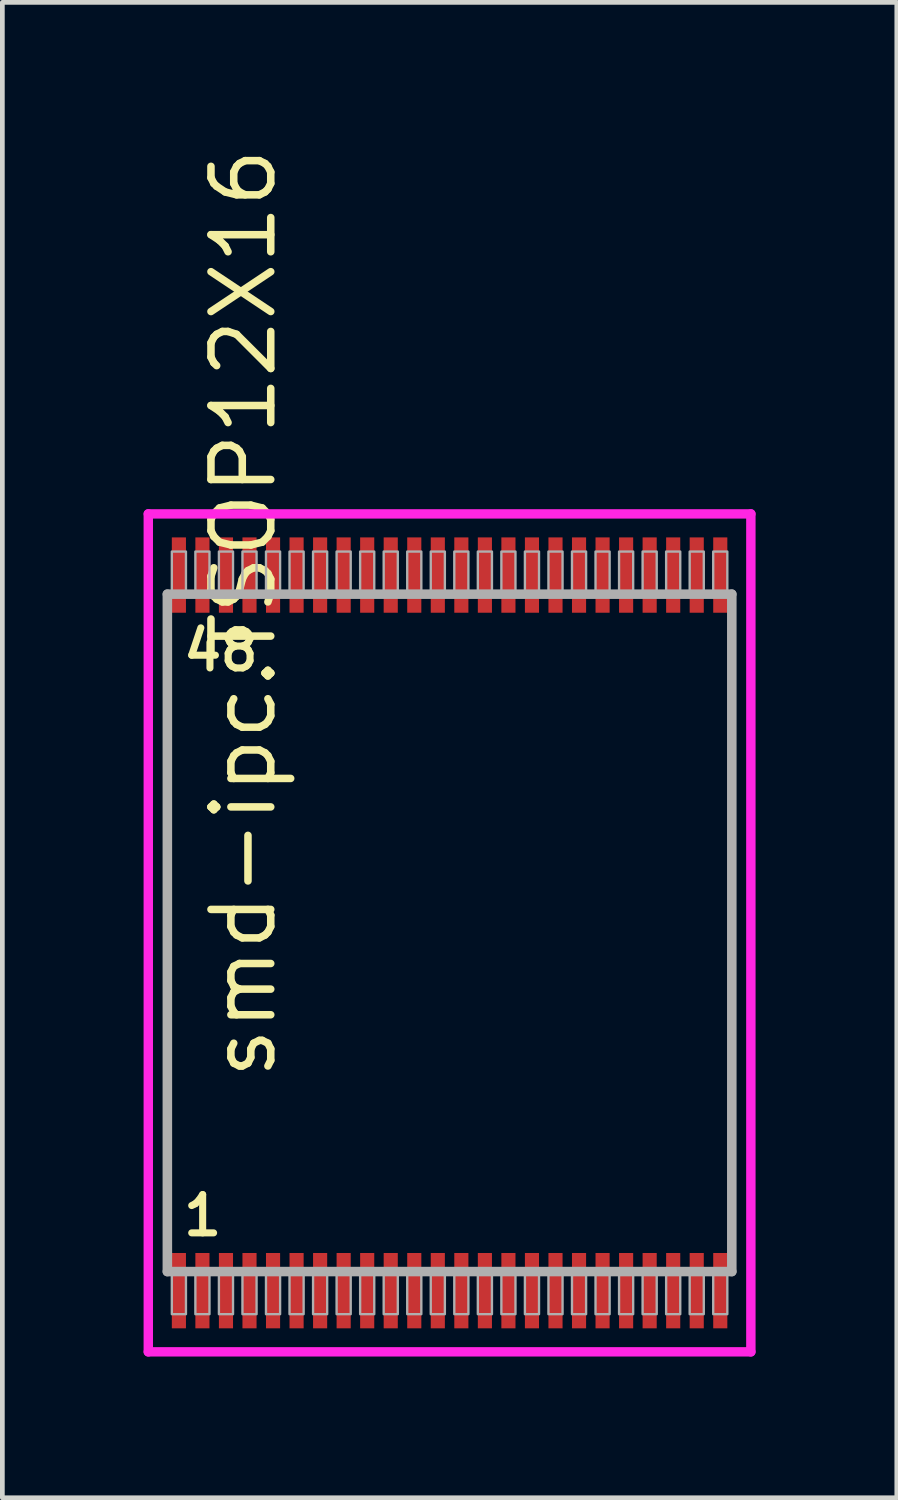
<source format=kicad_pcb>
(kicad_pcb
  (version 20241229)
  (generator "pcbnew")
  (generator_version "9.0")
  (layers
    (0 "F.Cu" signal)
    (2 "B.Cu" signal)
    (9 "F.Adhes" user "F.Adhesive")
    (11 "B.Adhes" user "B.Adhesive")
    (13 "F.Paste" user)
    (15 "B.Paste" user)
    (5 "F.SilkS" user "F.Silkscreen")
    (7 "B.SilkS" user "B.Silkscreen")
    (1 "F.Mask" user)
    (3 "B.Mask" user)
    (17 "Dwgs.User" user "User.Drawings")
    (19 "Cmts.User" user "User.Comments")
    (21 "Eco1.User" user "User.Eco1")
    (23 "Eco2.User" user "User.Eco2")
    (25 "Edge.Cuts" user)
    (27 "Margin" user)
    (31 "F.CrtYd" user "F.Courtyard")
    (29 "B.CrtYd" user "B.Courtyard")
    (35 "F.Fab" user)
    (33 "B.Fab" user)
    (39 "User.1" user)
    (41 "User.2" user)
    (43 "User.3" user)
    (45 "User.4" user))
  (footprint "smd-ipc.TSOP12X16"
    (layer "F.Cu")
    (at 6.5 16.766)
    (property "Reference" "smd-ipc.TSOP12X16" (at -3.635 3.175 90) (layer "F.SilkS") (effects (font (size 1.27 1.27) (thickness 0.16)) (justify left bottom)))
    (attr smd)
    (fp_line (start -6.4 -8.9) (end 6.4 -8.9) (stroke (width 0.2) (type default)) (layer "F.CrtYd"))
    (fp_line (start -6.4 8.9) (end -6.4 -8.9) (stroke (width 0.2) (type default)) (layer "F.CrtYd"))
    (fp_line (start 6.4 -8.9) (end 6.4 8.9) (stroke (width 0.2) (type default)) (layer "F.CrtYd"))
    (fp_line (start 6.4 8.9) (end -6.4 8.9) (stroke (width 0.2) (type default)) (layer "F.CrtYd"))
    (fp_line (start -5.995 -7.195) (end 5.995 -7.195) (stroke (width 0.203) (type default)) (layer "F.Fab"))
    (fp_line (start -5.995 7.195) (end -5.995 -7.195) (stroke (width 0.203) (type default)) (layer "F.Fab"))
    (fp_line (start 5.995 -7.195) (end 5.995 7.195) (stroke (width 0.203) (type default)) (layer "F.Fab"))
    (fp_line (start 5.995 7.195) (end -5.995 7.195) (stroke (width 0.203) (type default)) (layer "F.Fab"))
    (fp_rect (start -5.9 -7.25) (end -5.6 -8.1) (stroke (width 0.05) (type default)) (fill no) (layer "F.Fab"))
    (fp_rect (start -5.9 8.1) (end -5.6 7.25) (stroke (width 0.05) (type default)) (fill no) (layer "F.Fab"))
    (fp_rect (start -5.4 -7.25) (end -5.1 -8.1) (stroke (width 0.05) (type default)) (fill no) (layer "F.Fab"))
    (fp_rect (start -5.4 8.1) (end -5.1 7.25) (stroke (width 0.05) (type default)) (fill no) (layer "F.Fab"))
    (fp_rect (start -4.9 -7.25) (end -4.6 -8.1) (stroke (width 0.05) (type default)) (fill no) (layer "F.Fab"))
    (fp_rect (start -4.9 8.1) (end -4.6 7.25) (stroke (width 0.05) (type default)) (fill no) (layer "F.Fab"))
    (fp_rect (start -4.4 -7.25) (end -4.1 -8.1) (stroke (width 0.05) (type default)) (fill no) (layer "F.Fab"))
    (fp_rect (start -4.4 8.1) (end -4.1 7.25) (stroke (width 0.05) (type default)) (fill no) (layer "F.Fab"))
    (fp_rect (start -3.9 -7.25) (end -3.6 -8.1) (stroke (width 0.05) (type default)) (fill no) (layer "F.Fab"))
    (fp_rect (start -3.9 8.1) (end -3.6 7.25) (stroke (width 0.05) (type default)) (fill no) (layer "F.Fab"))
    (fp_rect (start -3.4 -7.25) (end -3.1 -8.1) (stroke (width 0.05) (type default)) (fill no) (layer "F.Fab"))
    (fp_rect (start -3.4 8.1) (end -3.1 7.25) (stroke (width 0.05) (type default)) (fill no) (layer "F.Fab"))
    (fp_rect (start -2.9 -7.25) (end -2.6 -8.1) (stroke (width 0.05) (type default)) (fill no) (layer "F.Fab"))
    (fp_rect (start -2.9 8.1) (end -2.6 7.25) (stroke (width 0.05) (type default)) (fill no) (layer "F.Fab"))
    (fp_rect (start -2.4 -7.25) (end -2.1 -8.1) (stroke (width 0.05) (type default)) (fill no) (layer "F.Fab"))
    (fp_rect (start -2.4 8.1) (end -2.1 7.25) (stroke (width 0.05) (type default)) (fill no) (layer "F.Fab"))
    (fp_rect (start -1.9 -7.25) (end -1.6 -8.1) (stroke (width 0.05) (type default)) (fill no) (layer "F.Fab"))
    (fp_rect (start -1.9 8.1) (end -1.6 7.25) (stroke (width 0.05) (type default)) (fill no) (layer "F.Fab"))
    (fp_rect (start -1.4 -7.25) (end -1.1 -8.1) (stroke (width 0.05) (type default)) (fill no) (layer "F.Fab"))
    (fp_rect (start -1.4 8.1) (end -1.1 7.25) (stroke (width 0.05) (type default)) (fill no) (layer "F.Fab"))
    (fp_rect (start -0.9 -7.25) (end -0.6 -8.1) (stroke (width 0.05) (type default)) (fill no) (layer "F.Fab"))
    (fp_rect (start -0.9 8.1) (end -0.6 7.25) (stroke (width 0.05) (type default)) (fill no) (layer "F.Fab"))
    (fp_rect (start -0.4 -7.25) (end -0.1 -8.1) (stroke (width 0.05) (type default)) (fill no) (layer "F.Fab"))
    (fp_rect (start -0.4 8.1) (end -0.1 7.25) (stroke (width 0.05) (type default)) (fill no) (layer "F.Fab"))
    (fp_rect (start 0.1 -7.25) (end 0.4 -8.1) (stroke (width 0.05) (type default)) (fill no) (layer "F.Fab"))
    (fp_rect (start 0.1 8.1) (end 0.4 7.25) (stroke (width 0.05) (type default)) (fill no) (layer "F.Fab"))
    (fp_rect (start 0.6 -7.25) (end 0.9 -8.1) (stroke (width 0.05) (type default)) (fill no) (layer "F.Fab"))
    (fp_rect (start 0.6 8.1) (end 0.9 7.25) (stroke (width 0.05) (type default)) (fill no) (layer "F.Fab"))
    (fp_rect (start 1.1 -7.25) (end 1.4 -8.1) (stroke (width 0.05) (type default)) (fill no) (layer "F.Fab"))
    (fp_rect (start 1.1 8.1) (end 1.4 7.25) (stroke (width 0.05) (type default)) (fill no) (layer "F.Fab"))
    (fp_rect (start 1.6 -7.25) (end 1.9 -8.1) (stroke (width 0.05) (type default)) (fill no) (layer "F.Fab"))
    (fp_rect (start 1.6 8.1) (end 1.9 7.25) (stroke (width 0.05) (type default)) (fill no) (layer "F.Fab"))
    (fp_rect (start 2.1 -7.25) (end 2.4 -8.1) (stroke (width 0.05) (type default)) (fill no) (layer "F.Fab"))
    (fp_rect (start 2.1 8.1) (end 2.4 7.25) (stroke (width 0.05) (type default)) (fill no) (layer "F.Fab"))
    (fp_rect (start 2.6 -7.25) (end 2.9 -8.1) (stroke (width 0.05) (type default)) (fill no) (layer "F.Fab"))
    (fp_rect (start 2.6 8.1) (end 2.9 7.25) (stroke (width 0.05) (type default)) (fill no) (layer "F.Fab"))
    (fp_rect (start 3.1 -7.25) (end 3.4 -8.1) (stroke (width 0.05) (type default)) (fill no) (layer "F.Fab"))
    (fp_rect (start 3.1 8.1) (end 3.4 7.25) (stroke (width 0.05) (type default)) (fill no) (layer "F.Fab"))
    (fp_rect (start 3.6 -7.25) (end 3.9 -8.1) (stroke (width 0.05) (type default)) (fill no) (layer "F.Fab"))
    (fp_rect (start 3.6 8.1) (end 3.9 7.25) (stroke (width 0.05) (type default)) (fill no) (layer "F.Fab"))
    (fp_rect (start 4.1 -7.25) (end 4.4 -8.1) (stroke (width 0.05) (type default)) (fill no) (layer "F.Fab"))
    (fp_rect (start 4.1 8.1) (end 4.4 7.25) (stroke (width 0.05) (type default)) (fill no) (layer "F.Fab"))
    (fp_rect (start 4.6 -7.25) (end 4.9 -8.1) (stroke (width 0.05) (type default)) (fill no) (layer "F.Fab"))
    (fp_rect (start 4.6 8.1) (end 4.9 7.25) (stroke (width 0.05) (type default)) (fill no) (layer "F.Fab"))
    (fp_rect (start 5.1 -7.25) (end 5.4 -8.1) (stroke (width 0.05) (type default)) (fill no) (layer "F.Fab"))
    (fp_rect (start 5.1 8.1) (end 5.4 7.25) (stroke (width 0.05) (type default)) (fill no) (layer "F.Fab"))
    (fp_rect (start 5.6 -7.25) (end 5.9 -8.1) (stroke (width 0.05) (type default)) (fill no) (layer "F.Fab"))
    (fp_rect (start 5.6 8.1) (end 5.9 7.25) (stroke (width 0.05) (type default)) (fill no) (layer "F.Fab"))
    (fp_text user "1" (at -5.731 6.48 0) (layer "F.SilkS") (effects (font (size 0.813 0.813) (thickness 0.15)) (justify left bottom)))
    (fp_text user "48" (at -5.731 -5.52 0) (layer "F.SilkS") (effects (font (size 0.813 0.813) (thickness 0.15)) (justify left bottom)))
    (pad "1" smd roundrect (at -5.75 7.6) (size 0.3 1.6) (layers "F.Cu" "F.Mask" "F.Paste") (roundrect_rratio 0.01))
    (pad "2" smd roundrect (at -5.25 7.6) (size 0.3 1.6) (layers "F.Cu" "F.Mask" "F.Paste") (roundrect_rratio 0.01))
    (pad "3" smd roundrect (at -4.75 7.6) (size 0.3 1.6) (layers "F.Cu" "F.Mask" "F.Paste") (roundrect_rratio 0.01))
    (pad "4" smd roundrect (at -4.25 7.6) (size 0.3 1.6) (layers "F.Cu" "F.Mask" "F.Paste") (roundrect_rratio 0.01))
    (pad "5" smd roundrect (at -3.75 7.6) (size 0.3 1.6) (layers "F.Cu" "F.Mask" "F.Paste") (roundrect_rratio 0.01))
    (pad "6" smd roundrect (at -3.25 7.6) (size 0.3 1.6) (layers "F.Cu" "F.Mask" "F.Paste") (roundrect_rratio 0.01))
    (pad "7" smd roundrect (at -2.75 7.6) (size 0.3 1.6) (layers "F.Cu" "F.Mask" "F.Paste") (roundrect_rratio 0.01))
    (pad "8" smd roundrect (at -2.25 7.6) (size 0.3 1.6) (layers "F.Cu" "F.Mask" "F.Paste") (roundrect_rratio 0.01))
    (pad "9" smd roundrect (at -1.75 7.6) (size 0.3 1.6) (layers "F.Cu" "F.Mask" "F.Paste") (roundrect_rratio 0.01))
    (pad "10" smd roundrect (at -1.25 7.6) (size 0.3 1.6) (layers "F.Cu" "F.Mask" "F.Paste") (roundrect_rratio 0.01))
    (pad "11" smd roundrect (at -0.75 7.6) (size 0.3 1.6) (layers "F.Cu" "F.Mask" "F.Paste") (roundrect_rratio 0.01))
    (pad "12" smd roundrect (at -0.25 7.6) (size 0.3 1.6) (layers "F.Cu" "F.Mask" "F.Paste") (roundrect_rratio 0.01))
    (pad "13" smd roundrect (at 0.25 7.6) (size 0.3 1.6) (layers "F.Cu" "F.Mask" "F.Paste") (roundrect_rratio 0.01))
    (pad "14" smd roundrect (at 0.75 7.6) (size 0.3 1.6) (layers "F.Cu" "F.Mask" "F.Paste") (roundrect_rratio 0.01))
    (pad "15" smd roundrect (at 1.25 7.6) (size 0.3 1.6) (layers "F.Cu" "F.Mask" "F.Paste") (roundrect_rratio 0.01))
    (pad "16" smd roundrect (at 1.75 7.6) (size 0.3 1.6) (layers "F.Cu" "F.Mask" "F.Paste") (roundrect_rratio 0.01))
    (pad "17" smd roundrect (at 2.25 7.6) (size 0.3 1.6) (layers "F.Cu" "F.Mask" "F.Paste") (roundrect_rratio 0.01))
    (pad "18" smd roundrect (at 2.75 7.6) (size 0.3 1.6) (layers "F.Cu" "F.Mask" "F.Paste") (roundrect_rratio 0.01))
    (pad "19" smd roundrect (at 3.25 7.6) (size 0.3 1.6) (layers "F.Cu" "F.Mask" "F.Paste") (roundrect_rratio 0.01))
    (pad "20" smd roundrect (at 3.75 7.6) (size 0.3 1.6) (layers "F.Cu" "F.Mask" "F.Paste") (roundrect_rratio 0.01))
    (pad "21" smd roundrect (at 4.25 7.6) (size 0.3 1.6) (layers "F.Cu" "F.Mask" "F.Paste") (roundrect_rratio 0.01))
    (pad "22" smd roundrect (at 4.75 7.6) (size 0.3 1.6) (layers "F.Cu" "F.Mask" "F.Paste") (roundrect_rratio 0.01))
    (pad "23" smd roundrect (at 5.25 7.6) (size 0.3 1.6) (layers "F.Cu" "F.Mask" "F.Paste") (roundrect_rratio 0.01))
    (pad "24" smd roundrect (at 5.75 7.6) (size 0.3 1.6) (layers "F.Cu" "F.Mask" "F.Paste") (roundrect_rratio 0.01))
    (pad "25" smd roundrect (at 5.75 -7.6) (size 0.3 1.6) (layers "F.Cu" "F.Mask" "F.Paste") (roundrect_rratio 0.01))
    (pad "26" smd roundrect (at 5.25 -7.6) (size 0.3 1.6) (layers "F.Cu" "F.Mask" "F.Paste") (roundrect_rratio 0.01))
    (pad "27" smd roundrect (at 4.75 -7.6) (size 0.3 1.6) (layers "F.Cu" "F.Mask" "F.Paste") (roundrect_rratio 0.01))
    (pad "28" smd roundrect (at 4.25 -7.6) (size 0.3 1.6) (layers "F.Cu" "F.Mask" "F.Paste") (roundrect_rratio 0.01))
    (pad "29" smd roundrect (at 3.75 -7.6) (size 0.3 1.6) (layers "F.Cu" "F.Mask" "F.Paste") (roundrect_rratio 0.01))
    (pad "30" smd roundrect (at 3.25 -7.6) (size 0.3 1.6) (layers "F.Cu" "F.Mask" "F.Paste") (roundrect_rratio 0.01))
    (pad "31" smd roundrect (at 2.75 -7.6) (size 0.3 1.6) (layers "F.Cu" "F.Mask" "F.Paste") (roundrect_rratio 0.01))
    (pad "32" smd roundrect (at 2.25 -7.6) (size 0.3 1.6) (layers "F.Cu" "F.Mask" "F.Paste") (roundrect_rratio 0.01))
    (pad "33" smd roundrect (at 1.75 -7.6) (size 0.3 1.6) (layers "F.Cu" "F.Mask" "F.Paste") (roundrect_rratio 0.01))
    (pad "34" smd roundrect (at 1.25 -7.6) (size 0.3 1.6) (layers "F.Cu" "F.Mask" "F.Paste") (roundrect_rratio 0.01))
    (pad "35" smd roundrect (at 0.75 -7.6) (size 0.3 1.6) (layers "F.Cu" "F.Mask" "F.Paste") (roundrect_rratio 0.01))
    (pad "36" smd roundrect (at 0.25 -7.6) (size 0.3 1.6) (layers "F.Cu" "F.Mask" "F.Paste") (roundrect_rratio 0.01))
    (pad "37" smd roundrect (at -0.25 -7.6) (size 0.3 1.6) (layers "F.Cu" "F.Mask" "F.Paste") (roundrect_rratio 0.01))
    (pad "38" smd roundrect (at -0.75 -7.6) (size 0.3 1.6) (layers "F.Cu" "F.Mask" "F.Paste") (roundrect_rratio 0.01))
    (pad "39" smd roundrect (at -1.25 -7.6) (size 0.3 1.6) (layers "F.Cu" "F.Mask" "F.Paste") (roundrect_rratio 0.01))
    (pad "40" smd roundrect (at -1.75 -7.6) (size 0.3 1.6) (layers "F.Cu" "F.Mask" "F.Paste") (roundrect_rratio 0.01))
    (pad "41" smd roundrect (at -2.25 -7.6) (size 0.3 1.6) (layers "F.Cu" "F.Mask" "F.Paste") (roundrect_rratio 0.01))
    (pad "42" smd roundrect (at -2.75 -7.6) (size 0.3 1.6) (layers "F.Cu" "F.Mask" "F.Paste") (roundrect_rratio 0.01))
    (pad "43" smd roundrect (at -3.25 -7.6) (size 0.3 1.6) (layers "F.Cu" "F.Mask" "F.Paste") (roundrect_rratio 0.01))
    (pad "44" smd roundrect (at -3.75 -7.6) (size 0.3 1.6) (layers "F.Cu" "F.Mask" "F.Paste") (roundrect_rratio 0.01))
    (pad "45" smd roundrect (at -4.25 -7.6) (size 0.3 1.6) (layers "F.Cu" "F.Mask" "F.Paste") (roundrect_rratio 0.01))
    (pad "46" smd roundrect (at -4.75 -7.6) (size 0.3 1.6) (layers "F.Cu" "F.Mask" "F.Paste") (roundrect_rratio 0.01))
    (pad "47" smd roundrect (at -5.25 -7.6) (size 0.3 1.6) (layers "F.Cu" "F.Mask" "F.Paste") (roundrect_rratio 0.01))
    (pad "48" smd roundrect (at -5.75 -7.6) (size 0.3 1.6) (layers "F.Cu" "F.Mask" "F.Paste") (roundrect_rratio 0.01)))
  (gr_rect
    (start -3 -3)
    (end 16 28.766)
    (stroke (width 0.1) (type default))
    (fill no)
    (layer "Edge.Cuts")))
</source>
